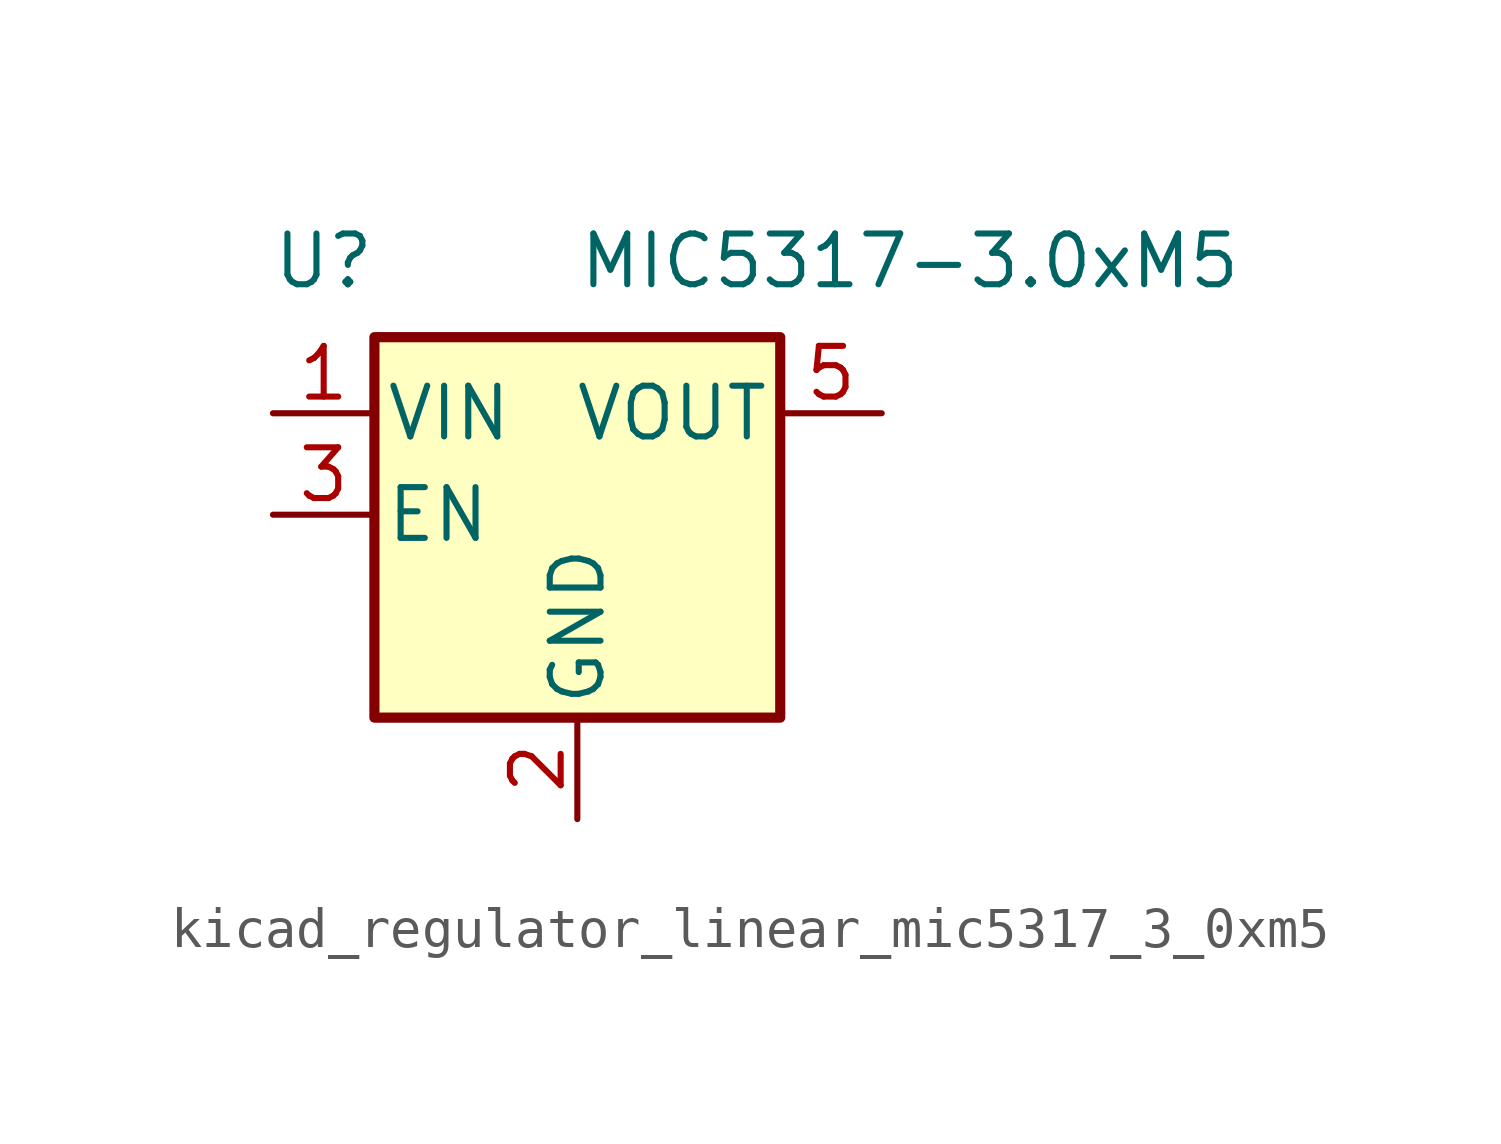
<source format=kicad_sym>
(kicad_symbol_lib
  (version 20220914)
  (generator kicad_symbol_editor)
  (symbol "kicad_regulator_linear_mic5317_3_0xm5"
    (pin_names
      (offset 0.254))
    (property "Reference" "U"
      (at -6.35 6.35 0)
      (effects (font (size 1.27 1.27))))
    (property "Value" "MIC5317-3.0xM5"
      (at 0 6.35 0)
      (effects (font (size 1.27 1.27)) (justify left)))
    (symbol "kicad_regulator_linear_mic5317_3_0xm5_0_1"
      (rectangle (start -5.08 4.445) (end 5.08 -5.08) (stroke (width 0.254) (type default)) (fill (type background))))
    (symbol "kicad_regulator_linear_mic5317_3_0xm5_1_1"
      (pin power_in line (at -7.62 2.54 0) (length 2.54) (name "VIN" (effects (font (size 1.27 1.27)))) (number "1" (effects (font (size 1.27 1.27)))))
      (pin power_in line (at 0 -7.62 90) (length 2.54) (name "GND" (effects (font (size 1.27 1.27)))) (number "2" (effects (font (size 1.27 1.27)))))
      (pin input line (at -7.62 0 0) (length 2.54) (name "EN" (effects (font (size 1.27 1.27)))) (number "3" (effects (font (size 1.27 1.27)))))
      (pin no_connect line (at 5.08 0 180) (length 2.54) hide (name "NC" (effects (font (size 1.27 1.27)))) (number "4" (effects (font (size 1.27 1.27)))))
      (pin power_out line (at 7.62 2.54 180) (length 2.54) (name "VOUT" (effects (font (size 1.27 1.27)))) (number "5" (effects (font (size 1.27 1.27))))))))
</source>
